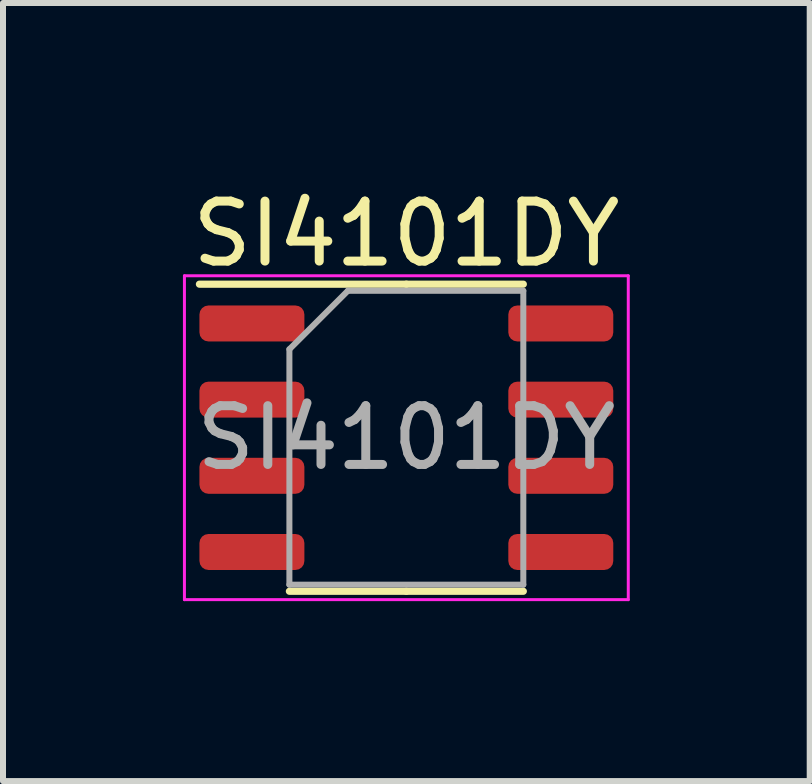
<source format=kicad_pcb>
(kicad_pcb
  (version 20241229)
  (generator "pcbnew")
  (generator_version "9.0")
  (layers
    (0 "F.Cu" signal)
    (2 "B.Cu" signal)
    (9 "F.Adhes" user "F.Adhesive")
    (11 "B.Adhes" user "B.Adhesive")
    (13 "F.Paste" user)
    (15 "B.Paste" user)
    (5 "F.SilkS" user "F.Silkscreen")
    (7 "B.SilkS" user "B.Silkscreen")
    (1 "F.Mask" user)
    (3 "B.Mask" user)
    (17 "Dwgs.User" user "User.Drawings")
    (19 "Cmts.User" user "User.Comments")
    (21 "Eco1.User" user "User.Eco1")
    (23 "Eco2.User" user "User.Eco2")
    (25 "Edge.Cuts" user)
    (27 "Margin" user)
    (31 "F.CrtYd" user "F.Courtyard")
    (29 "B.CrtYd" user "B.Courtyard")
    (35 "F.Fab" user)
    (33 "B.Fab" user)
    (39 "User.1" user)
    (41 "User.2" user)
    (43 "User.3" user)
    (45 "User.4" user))
  (footprint "SI4101DY"
    (layer "F.Cu")
    (at 3.725 4.248)
    (property "Reference" "SI4101DY" (at 0 -3.4 0) (layer "F.SilkS") (effects (font (size 1 1) (thickness 0.15))))
    (attr smd)
    (fp_line (start 0 -2.56) (end -3.45 -2.56) (stroke (width 0.12) (type solid)) (layer "F.SilkS"))
    (fp_line (start 0 -2.56) (end 1.95 -2.56) (stroke (width 0.12) (type solid)) (layer "F.SilkS"))
    (fp_line (start 0 2.56) (end -1.95 2.56) (stroke (width 0.12) (type solid)) (layer "F.SilkS"))
    (fp_line (start 0 2.56) (end 1.95 2.56) (stroke (width 0.12) (type solid)) (layer "F.SilkS"))
    (fp_line (start -3.7 -2.7) (end -3.7 2.7) (stroke (width 0.05) (type solid)) (layer "F.CrtYd"))
    (fp_line (start -3.7 2.7) (end 3.7 2.7) (stroke (width 0.05) (type solid)) (layer "F.CrtYd"))
    (fp_line (start 3.7 -2.7) (end -3.7 -2.7) (stroke (width 0.05) (type solid)) (layer "F.CrtYd"))
    (fp_line (start 3.7 2.7) (end 3.7 -2.7) (stroke (width 0.05) (type solid)) (layer "F.CrtYd"))
    (fp_line (start -1.95 -1.475) (end -0.975 -2.45) (stroke (width 0.1) (type solid)) (layer "F.Fab"))
    (fp_line (start -1.95 2.45) (end -1.95 -1.475) (stroke (width 0.1) (type solid)) (layer "F.Fab"))
    (fp_line (start -0.975 -2.45) (end 1.95 -2.45) (stroke (width 0.1) (type solid)) (layer "F.Fab"))
    (fp_line (start 1.95 -2.45) (end 1.95 2.45) (stroke (width 0.1) (type solid)) (layer "F.Fab"))
    (fp_line (start 1.95 2.45) (end -1.95 2.45) (stroke (width 0.1) (type solid)) (layer "F.Fab"))
    (fp_text user "${REFERENCE}" (at 0 0 0) (layer "F.Fab") (effects (font (size 0.98 0.98) (thickness 0.15))))
    (pad "1" smd roundrect (at -2.575 -1.905) (size 1.75 0.6) (layers "F.Cu" "F.Mask" "F.Paste") (roundrect_rratio 0.25))
    (pad "1" smd roundrect (at -2.575 -0.635) (size 1.75 0.6) (layers "F.Cu" "F.Mask" "F.Paste") (roundrect_rratio 0.25))
    (pad "1" smd roundrect (at -2.575 0.635) (size 1.75 0.6) (layers "F.Cu" "F.Mask" "F.Paste") (roundrect_rratio 0.25))
    (pad "2" smd roundrect (at -2.575 1.905) (size 1.75 0.6) (layers "F.Cu" "F.Mask" "F.Paste") (roundrect_rratio 0.25))
    (pad "3" smd roundrect (at 2.575 -1.905) (size 1.75 0.6) (layers "F.Cu" "F.Mask" "F.Paste") (roundrect_rratio 0.25))
    (pad "3" smd roundrect (at 2.575 -0.635) (size 1.75 0.6) (layers "F.Cu" "F.Mask" "F.Paste") (roundrect_rratio 0.25))
    (pad "3" smd roundrect (at 2.575 0.635) (size 1.75 0.6) (layers "F.Cu" "F.Mask" "F.Paste") (roundrect_rratio 0.25))
    (pad "3" smd roundrect (at 2.575 1.905) (size 1.75 0.6) (layers "F.Cu" "F.Mask" "F.Paste") (roundrect_rratio 0.25)))
  (gr_rect
    (start -3 -3)
    (end 10.45 9.973)
    (stroke (width 0.1) (type default))
    (fill no)
    (layer "Edge.Cuts")))
</source>
